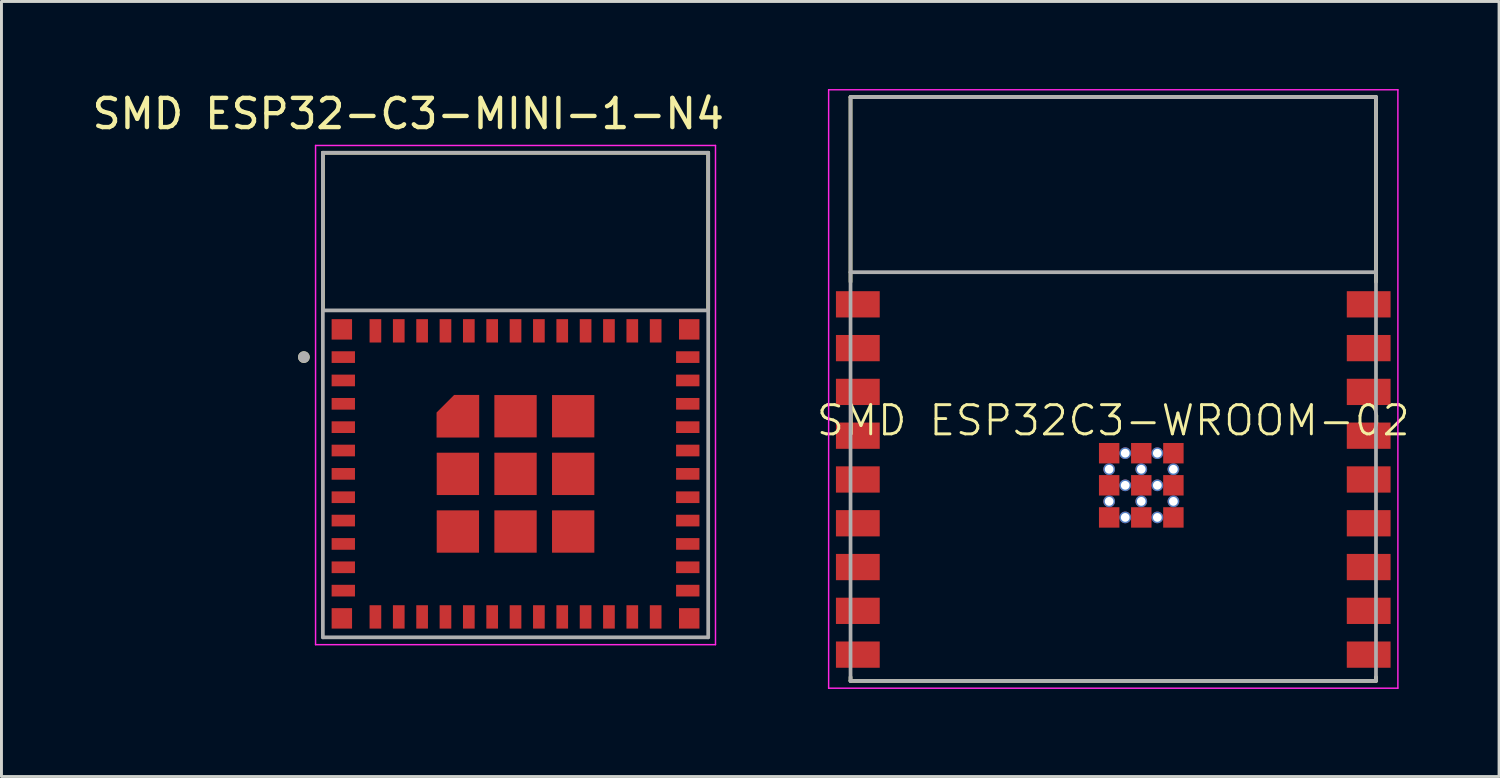
<source format=kicad_pcb>
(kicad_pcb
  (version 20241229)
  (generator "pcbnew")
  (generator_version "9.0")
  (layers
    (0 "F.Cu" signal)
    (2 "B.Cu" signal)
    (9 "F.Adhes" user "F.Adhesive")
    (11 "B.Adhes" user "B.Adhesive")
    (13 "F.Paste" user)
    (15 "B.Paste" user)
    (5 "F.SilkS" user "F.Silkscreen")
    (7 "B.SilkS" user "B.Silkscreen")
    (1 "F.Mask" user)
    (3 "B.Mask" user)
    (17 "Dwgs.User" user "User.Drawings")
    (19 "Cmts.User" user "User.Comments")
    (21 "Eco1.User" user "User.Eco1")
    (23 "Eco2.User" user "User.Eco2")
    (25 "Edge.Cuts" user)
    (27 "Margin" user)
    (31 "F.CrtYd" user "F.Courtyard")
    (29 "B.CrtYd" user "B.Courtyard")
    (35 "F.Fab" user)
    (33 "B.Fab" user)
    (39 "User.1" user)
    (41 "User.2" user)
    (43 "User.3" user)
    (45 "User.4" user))
  (footprint "SMD ESP32-C3-MINI-1-N4"
    (layer "F.Cu")
    (at 14.61 10.483)
    (property "Reference" "SMD ESP32-C3-MINI-1-N4" (at -3.675 -9.635 0) (layer "F.SilkS") (effects (font (size 1 1) (thickness 0.15))))
    (attr smd)
    (fp_poly (pts (xy -1.15 1.55) (xy -2.8 1.55) (xy -2.8 0.56) (xy -2.14 -0.1) (xy -1.15 -0.1)) (stroke (width 0.01) (type solid)) (fill yes) (layer "F.Mask"))
    (fp_line (start -6.6 -8.3) (end 6.6 -8.3) (stroke (width 0.127) (type solid)) (layer "F.SilkS"))
    (fp_line (start -6.6 -2.92) (end -6.6 -8.3) (stroke (width 0.127) (type solid)) (layer "F.SilkS"))
    (fp_line (start 6.6 -8.3) (end 6.6 -2.92) (stroke (width 0.127) (type solid)) (layer "F.SilkS"))
    (fp_circle (center -7.25 -1.3) (end -7.15 -1.3) (stroke (width 0.2) (type solid)) (fill no) (layer "F.SilkS"))
    (fp_poly (pts (xy -1.25 1.45) (xy -2.7 1.45) (xy -2.7 0.6) (xy -2.1 0) (xy -1.25 0)) (stroke (width 0.01) (type solid)) (fill yes) (layer "F.Paste"))
    (fp_line (start -6.85 -8.55) (end -6.85 8.55) (stroke (width 0.05) (type solid)) (layer "F.CrtYd"))
    (fp_line (start -6.85 8.55) (end 6.85 8.55) (stroke (width 0.05) (type solid)) (layer "F.CrtYd"))
    (fp_line (start 6.85 -8.55) (end -6.85 -8.55) (stroke (width 0.05) (type solid)) (layer "F.CrtYd"))
    (fp_line (start 6.85 8.55) (end 6.85 -8.55) (stroke (width 0.05) (type solid)) (layer "F.CrtYd"))
    (fp_line (start -6.6 -8.3) (end 6.6 -8.3) (stroke (width 0.127) (type solid)) (layer "F.Fab"))
    (fp_line (start -6.6 -2.9) (end -6.6 -8.3) (stroke (width 0.127) (type solid)) (layer "F.Fab"))
    (fp_line (start -6.6 -2.9) (end 6.6 -2.9) (stroke (width 0.127) (type solid)) (layer "F.Fab"))
    (fp_line (start -6.6 8.3) (end -6.6 -2.9) (stroke (width 0.127) (type solid)) (layer "F.Fab"))
    (fp_line (start 6.6 -8.3) (end 6.6 -2.9) (stroke (width 0.127) (type solid)) (layer "F.Fab"))
    (fp_line (start 6.6 -2.9) (end 6.6 8.3) (stroke (width 0.127) (type solid)) (layer "F.Fab"))
    (fp_line (start 6.6 8.3) (end -6.6 8.3) (stroke (width 0.127) (type solid)) (layer "F.Fab"))
    (fp_circle (center -7.25 -1.3) (end -7.15 -1.3) (stroke (width 0.2) (type solid)) (fill no) (layer "F.Fab"))
    (pad "3" smd rect (at -5.9 0.3) (size 0.8 0.4) (layers "F.Cu" "F.Mask" "F.Paste"))
    (pad "5" smd rect (at -5.9 1.9) (size 0.8 0.4) (layers "F.Cu" "F.Mask" "F.Paste"))
    (pad "6" smd rect (at -5.9 2.7) (size 0.8 0.4) (layers "F.Cu" "F.Mask" "F.Paste"))
    (pad "8" smd rect (at -5.9 4.3) (size 0.8 0.4) (layers "F.Cu" "F.Mask" "F.Paste"))
    (pad "12" smd rect (at -4.8 7.6) (size 0.4 0.8) (layers "F.Cu" "F.Mask" "F.Paste"))
    (pad "13" smd rect (at -4 7.6) (size 0.4 0.8) (layers "F.Cu" "F.Mask" "F.Paste"))
    (pad "16" smd rect (at -1.6 7.6) (size 0.4 0.8) (layers "F.Cu" "F.Mask" "F.Paste"))
    (pad "18" smd rect (at 0 7.6) (size 0.4 0.8) (layers "F.Cu" "F.Mask" "F.Paste"))
    (pad "19" smd rect (at 0.8 7.6) (size 0.4 0.8) (layers "F.Cu" "F.Mask" "F.Paste"))
    (pad "20" smd rect (at 1.6 7.6) (size 0.4 0.8) (layers "F.Cu" "F.Mask" "F.Paste"))
    (pad "21" smd rect (at 2.4 7.6) (size 0.4 0.8) (layers "F.Cu" "F.Mask" "F.Paste"))
    (pad "22" smd rect (at 3.2 7.6) (size 0.4 0.8) (layers "F.Cu" "F.Mask" "F.Paste"))
    (pad "23" smd rect (at 4 7.6) (size 0.4 0.8) (layers "F.Cu" "F.Mask" "F.Paste"))
    (pad "26" smd rect (at 5.9 5.9) (size 0.8 0.4) (layers "F.Cu" "F.Mask" "F.Paste"))
    (pad "27" smd rect (at 5.9 5.1) (size 0.8 0.4) (layers "F.Cu" "F.Mask" "F.Paste"))
    (pad "30" smd rect (at 5.9 2.7) (size 0.8 0.4) (layers "F.Cu" "F.Mask" "F.Paste"))
    (pad "31" smd rect (at 5.9 1.9) (size 0.8 0.4) (layers "F.Cu" "F.Mask" "F.Paste"))
    (pad "GND" smd rect (at -5.95 -2.25) (size 0.7 0.7) (layers "F.Cu" "F.Mask" "F.Paste"))
    (pad "GND" smd rect (at -5.95 7.65) (size 0.7 0.7) (layers "F.Cu" "F.Mask" "F.Paste"))
    (pad "GND" smd rect (at -5.9 -1.3) (size 0.8 0.4) (layers "F.Cu" "F.Mask" "F.Paste"))
    (pad "GND" smd rect (at -5.9 -0.5) (size 0.8 0.4) (layers "F.Cu" "F.Mask" "F.Paste"))
    (pad "GND" smd rect (at -5.9 6.7) (size 0.8 0.4) (layers "F.Cu" "F.Mask" "F.Paste"))
    (pad "GND" smd rect (at -4.8 -2.2) (size 0.4 0.8) (layers "F.Cu" "F.Mask" "F.Paste"))
    (pad "GND" smd rect (at -4 -2.2) (size 0.4 0.8) (layers "F.Cu" "F.Mask" "F.Paste"))
    (pad "GND" smd rect (at -3.2 -2.2) (size 0.4 0.8) (layers "F.Cu" "F.Mask" "F.Paste"))
    (pad "GND" smd rect (at -3.2 7.6) (size 0.4 0.8) (layers "F.Cu" "F.Mask" "F.Paste"))
    (pad "GND" smd rect (at -2.4 -2.2) (size 0.4 0.8) (layers "F.Cu" "F.Mask" "F.Paste"))
    (pad "GND" smd custom (at -1.975 0.725) (size 0.6 0.6) (layers "F.Cu") (options (anchor rect)) (primitives (gr_poly (pts (xy 0.725 0.725) (xy -0.725 0.725) (xy -0.725 -0.125) (xy -0.125 -0.725) (xy 0.725 -0.725)) (width 0.01) (fill yes))))
    (pad "GND" smd rect (at -1.975 2.7) (size 1.45 1.45) (layers "F.Cu" "F.Mask" "F.Paste"))
    (pad "GND" smd rect (at -1.975 4.675) (size 1.45 1.45) (layers "F.Cu" "F.Mask" "F.Paste"))
    (pad "GND" smd rect (at -1.6 -2.2) (size 0.4 0.8) (layers "F.Cu" "F.Mask" "F.Paste"))
    (pad "GND" smd rect (at -0.8 -2.2) (size 0.4 0.8) (layers "F.Cu" "F.Mask" "F.Paste"))
    (pad "GND" smd rect (at 0 -2.2) (size 0.4 0.8) (layers "F.Cu" "F.Mask" "F.Paste"))
    (pad "GND" smd rect (at 0 0.725) (size 1.45 1.45) (layers "F.Cu" "F.Mask" "F.Paste"))
    (pad "GND" smd rect (at 0 2.7) (size 1.45 1.45) (layers "F.Cu" "F.Mask" "F.Paste"))
    (pad "GND" smd rect (at 0 4.675) (size 1.45 1.45) (layers "F.Cu" "F.Mask" "F.Paste"))
    (pad "GND" smd rect (at 0.8 -2.2) (size 0.4 0.8) (layers "F.Cu" "F.Mask" "F.Paste"))
    (pad "GND" smd rect (at 1.6 -2.2) (size 0.4 0.8) (layers "F.Cu" "F.Mask" "F.Paste"))
    (pad "GND" smd rect (at 1.975 0.725) (size 1.45 1.45) (layers "F.Cu" "F.Mask" "F.Paste"))
    (pad "GND" smd rect (at 1.975 2.7) (size 1.45 1.45) (layers "F.Cu" "F.Mask" "F.Paste"))
    (pad "GND" smd rect (at 1.975 4.675) (size 1.45 1.45) (layers "F.Cu" "F.Mask" "F.Paste"))
    (pad "GND" smd rect (at 2.4 -2.2) (size 0.4 0.8) (layers "F.Cu" "F.Mask" "F.Paste"))
    (pad "GND" smd rect (at 3.2 -2.2) (size 0.4 0.8) (layers "F.Cu" "F.Mask" "F.Paste"))
    (pad "GND" smd rect (at 4 -2.2) (size 0.4 0.8) (layers "F.Cu" "F.Mask" "F.Paste"))
    (pad "GND" smd rect (at 4.8 -2.2) (size 0.4 0.8) (layers "F.Cu" "F.Mask" "F.Paste"))
    (pad "GND" smd rect (at 5.95 -2.25) (size 0.7 0.7) (layers "F.Cu" "F.Mask" "F.Paste"))
    (pad "GND" smd rect (at 5.95 7.65) (size 0.7 0.7) (layers "F.Cu" "F.Mask" "F.Paste"))
    (pad "NC" smd rect (at -5.9 1.1) (size 0.8 0.4) (layers "F.Cu" "F.Mask" "F.Paste"))
    (pad "NC" smd rect (at -5.9 3.5) (size 0.8 0.4) (layers "F.Cu" "F.Mask" "F.Paste"))
    (pad "NC" smd rect (at -5.9 5.1) (size 0.8 0.4) (layers "F.Cu" "F.Mask" "F.Paste"))
    (pad "NC" smd rect (at -5.9 5.9) (size 0.8 0.4) (layers "F.Cu" "F.Mask" "F.Paste"))
    (pad "NC" smd rect (at -2.4 7.6) (size 0.4 0.8) (layers "F.Cu" "F.Mask" "F.Paste"))
    (pad "NC" smd rect (at -0.8 7.6) (size 0.4 0.8) (layers "F.Cu" "F.Mask" "F.Paste"))
    (pad "NC" smd rect (at 4.8 7.6) (size 0.4 0.8) (layers "F.Cu" "F.Mask" "F.Paste"))
    (pad "NC" smd rect (at 5.9 -1.3) (size 0.8 0.4) (layers "F.Cu" "F.Mask" "F.Paste"))
    (pad "NC" smd rect (at 5.9 -0.5) (size 0.8 0.4) (layers "F.Cu" "F.Mask" "F.Paste"))
    (pad "NC" smd rect (at 5.9 0.3) (size 0.8 0.4) (layers "F.Cu" "F.Mask" "F.Paste"))
    (pad "NC" smd rect (at 5.9 1.1) (size 0.8 0.4) (layers "F.Cu" "F.Mask" "F.Paste"))
    (pad "NC" smd rect (at 5.9 3.5) (size 0.8 0.4) (layers "F.Cu" "F.Mask" "F.Paste"))
    (pad "NC" smd rect (at 5.9 4.3) (size 0.8 0.4) (layers "F.Cu" "F.Mask" "F.Paste"))
    (pad "NC" smd rect (at 5.9 6.7) (size 0.8 0.4) (layers "F.Cu" "F.Mask" "F.Paste"))
    (zone (net_name "") (layer "F.Cu") (hatch full 0.508) (connect_pads) (min_thickness 0.01) (filled_areas_thickness no) (keepout (tracks not_allowed) (vias not_allowed) (pads not_allowed) (copperpour not_allowed) (footprints allowed)) (placement (enabled no)) (fill) (polygon (pts (xy 8.01 2.183) (xy 21.21 2.183) (xy 21.21 7.583) (xy 8.01 7.583))))
    (zone (net_name "") (layers "F.Cu" "B.Cu") (hatch full 0.508) (connect_pads) (min_thickness 0.01) (filled_areas_thickness no) (keepout (tracks allowed) (vias not_allowed) (pads allowed) (copperpour allowed) (footprints allowed)) (placement (enabled no)) (fill) (polygon (pts (xy 8.01 2.183) (xy 21.21 2.183) (xy 21.21 7.583) (xy 8.01 7.583))))
    (zone (net_name "") (layer "B.Cu") (hatch full 0.508) (connect_pads) (min_thickness 0.01) (filled_areas_thickness no) (keepout (tracks not_allowed) (vias not_allowed) (pads not_allowed) (copperpour not_allowed) (footprints allowed)) (placement (enabled no)) (fill) (polygon (pts (xy 8.01 2.183) (xy 21.21 2.183) (xy 21.21 7.583) (xy 8.01 7.583)))))
  (footprint "SMD ESP32C3-WROOM-02"
    (layer "F.Cu")
    (at 35.086 12.625)
    (property "Reference" "SMD ESP32C3-WROOM-02" (at 0 -1.27 0) (unlocked yes) (layer "F.SilkS") (effects (font (size 1 1) (thickness 0.1))))
    (attr smd)
    (fp_line (start -9 -12.35) (end -9 -6.02) (stroke (width 0.127) (type solid)) (layer "F.SilkS"))
    (fp_line (start -9 7.65) (end -9 7.52) (stroke (width 0.127) (type solid)) (layer "F.SilkS"))
    (fp_line (start -9 7.65) (end 9 7.65) (stroke (width 0.127) (type solid)) (layer "F.SilkS"))
    (fp_line (start 9 -12.35) (end -9 -12.35) (stroke (width 0.127) (type solid)) (layer "F.SilkS"))
    (fp_line (start 9 -6.02) (end 9 -12.35) (stroke (width 0.127) (type solid)) (layer "F.SilkS"))
    (fp_line (start 9 7.65) (end 9 7.52) (stroke (width 0.127) (type solid)) (layer "F.SilkS"))
    (fp_line (start -9.75 -12.6) (end -9.75 7.9) (stroke (width 0.05) (type solid)) (layer "F.CrtYd"))
    (fp_line (start -9.75 7.9) (end 9.75 7.9) (stroke (width 0.05) (type solid)) (layer "F.CrtYd"))
    (fp_line (start 9.75 -12.6) (end -9.75 -12.6) (stroke (width 0.05) (type solid)) (layer "F.CrtYd"))
    (fp_line (start 9.75 7.9) (end 9.75 -12.6) (stroke (width 0.05) (type solid)) (layer "F.CrtYd"))
    (fp_line (start -9 -12.35) (end -9 -6.35) (stroke (width 0.127) (type solid)) (layer "F.Fab"))
    (fp_line (start -9 -6.35) (end -9 7.65) (stroke (width 0.127) (type solid)) (layer "F.Fab"))
    (fp_line (start -9 7.65) (end 9 7.65) (stroke (width 0.127) (type solid)) (layer "F.Fab"))
    (fp_line (start 9 -12.35) (end -9 -12.35) (stroke (width 0.127) (type solid)) (layer "F.Fab"))
    (fp_line (start 9 -6.35) (end -9 -6.35) (stroke (width 0.127) (type solid)) (layer "F.Fab"))
    (fp_line (start 9 -6.35) (end 9 -12.35) (stroke (width 0.127) (type solid)) (layer "F.Fab"))
    (fp_line (start 9 7.65) (end 9 -6.35) (stroke (width 0.127) (type solid)) (layer "F.Fab"))
    (pad "1" smd rect (at -8.75 -5.25) (size 1.5 0.9) (layers "F.Cu" "F.Mask" "F.Paste"))
    (pad "2" smd rect (at -8.75 -3.75) (size 1.5 0.9) (layers "F.Cu" "F.Mask" "F.Paste"))
    (pad "3" smd rect (at -8.75 -2.25) (size 1.5 0.9) (layers "F.Cu" "F.Mask" "F.Paste"))
    (pad "4" smd rect (at -8.75 -0.75) (size 1.5 0.9) (layers "F.Cu" "F.Mask" "F.Paste"))
    (pad "5" smd rect (at -8.75 0.75) (size 1.5 0.9) (layers "F.Cu" "F.Mask" "F.Paste"))
    (pad "6" smd rect (at -8.75 2.25) (size 1.5 0.9) (layers "F.Cu" "F.Mask" "F.Paste"))
    (pad "7" smd rect (at -8.75 3.75) (size 1.5 0.9) (layers "F.Cu" "F.Mask" "F.Paste"))
    (pad "8" smd rect (at -8.75 5.25) (size 1.5 0.9) (layers "F.Cu" "F.Mask" "F.Paste"))
    (pad "9" smd rect (at -8.75 6.75) (size 1.5 0.9) (layers "F.Cu" "F.Mask" "F.Paste"))
    (pad "10" smd rect (at 8.75 6.75) (size 1.5 0.9) (layers "F.Cu" "F.Mask" "F.Paste"))
    (pad "11" smd rect (at 8.75 5.25) (size 1.5 0.9) (layers "F.Cu" "F.Mask" "F.Paste"))
    (pad "12" smd rect (at 8.75 3.75) (size 1.5 0.9) (layers "F.Cu" "F.Mask" "F.Paste"))
    (pad "13" smd rect (at 8.75 2.25) (size 1.5 0.9) (layers "F.Cu" "F.Mask" "F.Paste"))
    (pad "14" smd rect (at 8.75 0.75) (size 1.5 0.9) (layers "F.Cu" "F.Mask" "F.Paste"))
    (pad "15" smd rect (at 8.75 -0.75) (size 1.5 0.9) (layers "F.Cu" "F.Mask" "F.Paste"))
    (pad "16" smd rect (at 8.75 -2.25) (size 1.5 0.9) (layers "F.Cu" "F.Mask" "F.Paste"))
    (pad "17" smd rect (at 8.75 -3.75) (size 1.5 0.9) (layers "F.Cu" "F.Mask" "F.Paste"))
    (pad "18" smd rect (at 8.75 -5.25) (size 1.5 0.9) (layers "F.Cu" "F.Mask" "F.Paste"))
    (pad "19" smd rect (at -0.14 -0.15) (size 0.7 0.7) (layers "F.Cu" "F.Mask" "F.Paste"))
    (pad "19" thru_hole circle (at -0.14 0.4) (size 0.4 0.4) (drill 0.3) (layers "*.Cu"))
    (pad "19" smd rect (at -0.14 0.95) (size 0.7 0.7) (layers "F.Cu" "F.Mask" "F.Paste"))
    (pad "19" thru_hole circle (at -0.14 1.5) (size 0.4 0.4) (drill 0.3) (layers "*.Cu"))
    (pad "19" smd rect (at -0.14 2.05) (size 0.7 0.7) (layers "F.Cu" "F.Mask" "F.Paste"))
    (pad "19" thru_hole circle (at 0.41 -0.15) (size 0.4 0.4) (drill 0.3) (layers "*.Cu"))
    (pad "19" thru_hole circle (at 0.41 0.95) (size 0.4 0.4) (drill 0.3) (layers "*.Cu"))
    (pad "19" thru_hole circle (at 0.41 2.05) (size 0.4 0.4) (drill 0.3) (layers "*.Cu"))
    (pad "19" smd rect (at 0.96 -0.15) (size 0.7 0.7) (layers "F.Cu" "F.Mask" "F.Paste"))
    (pad "19" thru_hole circle (at 0.96 0.4) (size 0.4 0.4) (drill 0.3) (layers "*.Cu"))
    (pad "19" smd rect (at 0.96 0.95) (size 0.7 0.7) (layers "F.Cu" "F.Mask" "F.Paste"))
    (pad "19" thru_hole circle (at 0.96 1.5) (size 0.4 0.4) (drill 0.3) (layers "*.Cu"))
    (pad "19" smd rect (at 0.96 2.05) (size 0.7 0.7) (layers "F.Cu" "F.Mask" "F.Paste"))
    (pad "19" thru_hole circle (at 1.51 -0.15) (size 0.4 0.4) (drill 0.3) (layers "*.Cu"))
    (pad "19" thru_hole circle (at 1.51 0.95) (size 0.4 0.4) (drill 0.3) (layers "*.Cu"))
    (pad "19" thru_hole circle (at 1.51 2.05) (size 0.4 0.4) (drill 0.3) (layers "*.Cu"))
    (pad "19" smd rect (at 2.06 -0.15 90) (size 0.7 0.7) (layers "F.Cu" "F.Mask" "F.Paste"))
    (pad "19" thru_hole circle (at 2.06 0.4) (size 0.4 0.4) (drill 0.3) (layers "*.Cu"))
    (pad "19" smd rect (at 2.06 0.95) (size 0.7 0.7) (layers "F.Cu" "F.Mask" "F.Paste"))
    (pad "19" thru_hole circle (at 2.06 1.5) (size 0.4 0.4) (drill 0.3) (layers "*.Cu"))
    (pad "19" smd rect (at 2.06 2.05) (size 0.7 0.7) (layers "F.Cu" "F.Mask" "F.Paste"))
    (zone (net_name "") (layer "F.Cu") (hatch full 0.508) (connect_pads) (min_thickness 0.01) (filled_areas_thickness no) (keepout (tracks not_allowed) (vias not_allowed) (pads not_allowed) (copperpour not_allowed) (footprints allowed)) (placement (enabled no)) (fill) (polygon (pts (xy 26.086 0.275) (xy 44.086 0.275) (xy 44.086 6.275) (xy 26.086 6.275))))
    (zone (net_name "") (layers "F.Cu" "B.Cu") (hatch full 0.508) (connect_pads) (min_thickness 0.01) (filled_areas_thickness no) (keepout (tracks allowed) (vias not_allowed) (pads allowed) (copperpour allowed) (footprints allowed)) (placement (enabled no)) (fill) (polygon (pts (xy 26.086 0.275) (xy 44.086 0.275) (xy 44.086 6.275) (xy 26.086 6.275))))
    (zone (net_name "") (layer "B.Cu") (hatch full 0.508) (connect_pads) (min_thickness 0.01) (filled_areas_thickness no) (keepout (tracks not_allowed) (vias not_allowed) (pads not_allowed) (copperpour not_allowed) (footprints allowed)) (placement (enabled no)) (fill) (polygon (pts (xy 26.086 0.275) (xy 44.086 0.275) (xy 44.086 6.275) (xy 26.086 6.275)))))
  (gr_rect
    (start -3 -3)
    (end 48.302 23.55)
    (stroke (width 0.1) (type default))
    (fill no)
    (layer "Edge.Cuts")))
</source>
